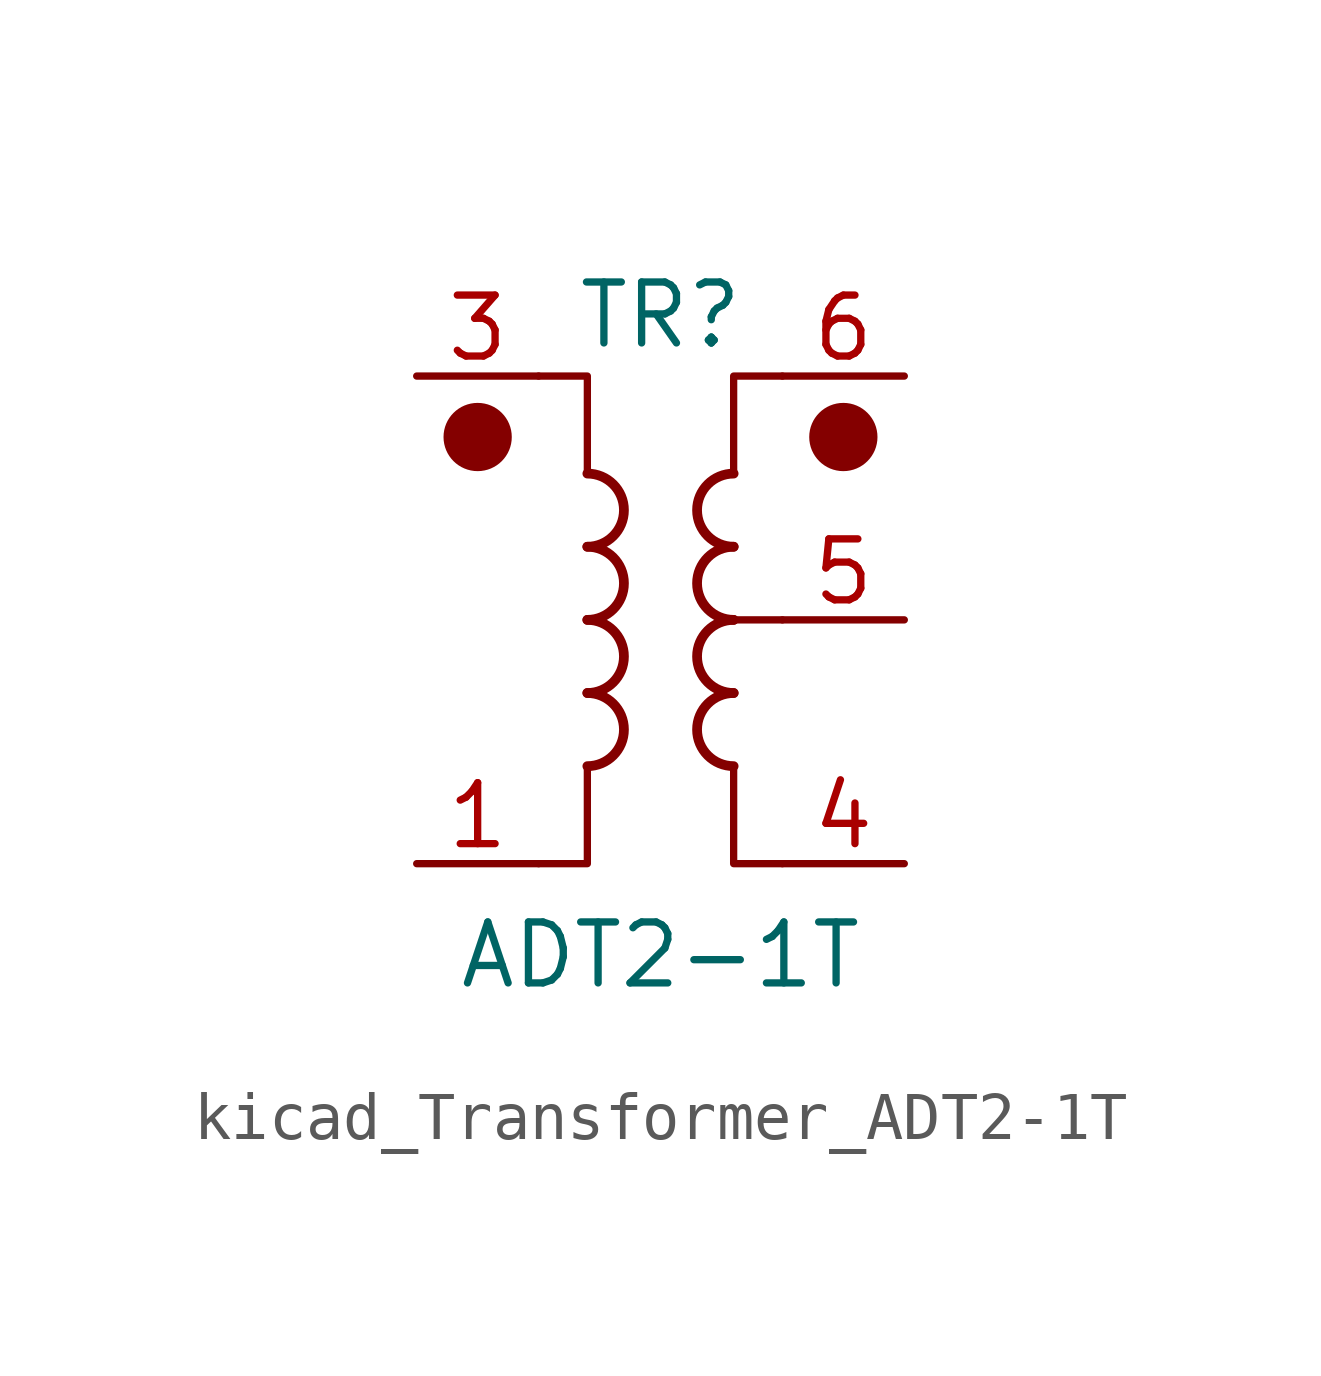
<source format=kicad_sym>
(kicad_symbol_lib
  (version 20220914)
  (generator kicad_symbol_editor)
  (symbol "kicad_Transformer_ADT2-1T"
    (pin_names hide)
    (property "Reference" "TR"
      (at 0 6.35 0)
      (effects (font (size 1.27 1.27))))
    (property "Value" "ADT2-1T"
      (at 0 -6.985 0)
      (effects (font (size 1.27 1.27))))
    (symbol "kicad_Transformer_ADT2-1T_0_1"
      (circle (center -3.81 3.81) (radius 0.635) (stroke (width 0) (type default)) (fill (type outline)))
      (arc (start -1.524 -3.048) (mid -0.7653 -2.286) (end -1.524 -1.524) (stroke (width 0.2032) (type default)) (fill (type none)))
      (arc (start -1.524 -1.524) (mid -0.7653 -0.762) (end -1.524 0) (stroke (width 0.2032) (type default)) (fill (type none)))
      (arc (start -1.524 0) (mid -0.7653 0.762) (end -1.524 1.524) (stroke (width 0.2032) (type default)) (fill (type none)))
      (arc (start -1.524 1.524) (mid -0.7653 2.286) (end -1.524 3.048) (stroke (width 0.2032) (type default)) (fill (type none)))
      (polyline (pts (xy 2.54 0) (xy 1.27 0)) (stroke (width 0.152) (type default)) (fill (type none)))
      (polyline (pts (xy -2.54 5.08) (xy -1.524 5.08) (xy -1.524 3.048)) (stroke (width 0.152) (type default)) (fill (type none)))
      (polyline (pts (xy -1.524 -3.048) (xy -1.524 -5.08) (xy -2.54 -5.08)) (stroke (width 0.152) (type default)) (fill (type none)))
      (polyline (pts (xy 1.524 3.048) (xy 1.524 5.08) (xy 2.54 5.08)) (stroke (width 0.152) (type default)) (fill (type none)))
      (polyline (pts (xy 2.54 -5.08) (xy 1.524 -5.08) (xy 1.524 -3.048)) (stroke (width 0.152) (type default)) (fill (type none)))
      (arc (start 1.524 -1.524) (mid 0.7653 -2.286) (end 1.524 -3.048) (stroke (width 0.2032) (type default)) (fill (type none)))
      (arc (start 1.524 0) (mid 0.7653 -0.762) (end 1.524 -1.524) (stroke (width 0.2032) (type default)) (fill (type none)))
      (arc (start 1.524 1.524) (mid 0.7653 0.762) (end 1.524 0) (stroke (width 0.2032) (type default)) (fill (type none)))
      (arc (start 1.524 3.048) (mid 0.7653 2.286) (end 1.524 1.524) (stroke (width 0.2032) (type default)) (fill (type none)))
      (circle (center 3.81 3.81) (radius 0.635) (stroke (width 0) (type default)) (fill (type outline))))
    (symbol "kicad_Transformer_ADT2-1T_1_1"
      (pin passive line (at -5.08 -5.08 0) (length 2.54) (name "~" (effects (font (size 1.27 1.27)))) (number "1" (effects (font (size 1.27 1.27)))))
      (pin no_connect line (at -2.54 0 0) (length 2.54) hide (name "~" (effects (font (size 1.27 1.27)))) (number "2" (effects (font (size 1.27 1.27)))))
      (pin passive line (at -5.08 5.08 0) (length 2.54) (name "~" (effects (font (size 1.27 1.27)))) (number "3" (effects (font (size 1.27 1.27)))))
      (pin passive line (at 5.08 -5.08 180) (length 2.54) (name "~" (effects (font (size 1.27 1.27)))) (number "4" (effects (font (size 1.27 1.27)))))
      (pin passive line (at 5.08 0 180) (length 2.54) (name "~" (effects (font (size 1.27 1.27)))) (number "5" (effects (font (size 1.27 1.27)))))
      (pin passive line (at 5.08 5.08 180) (length 2.54) (name "~" (effects (font (size 1.27 1.27)))) (number "6" (effects (font (size 1.27 1.27))))))))
</source>
